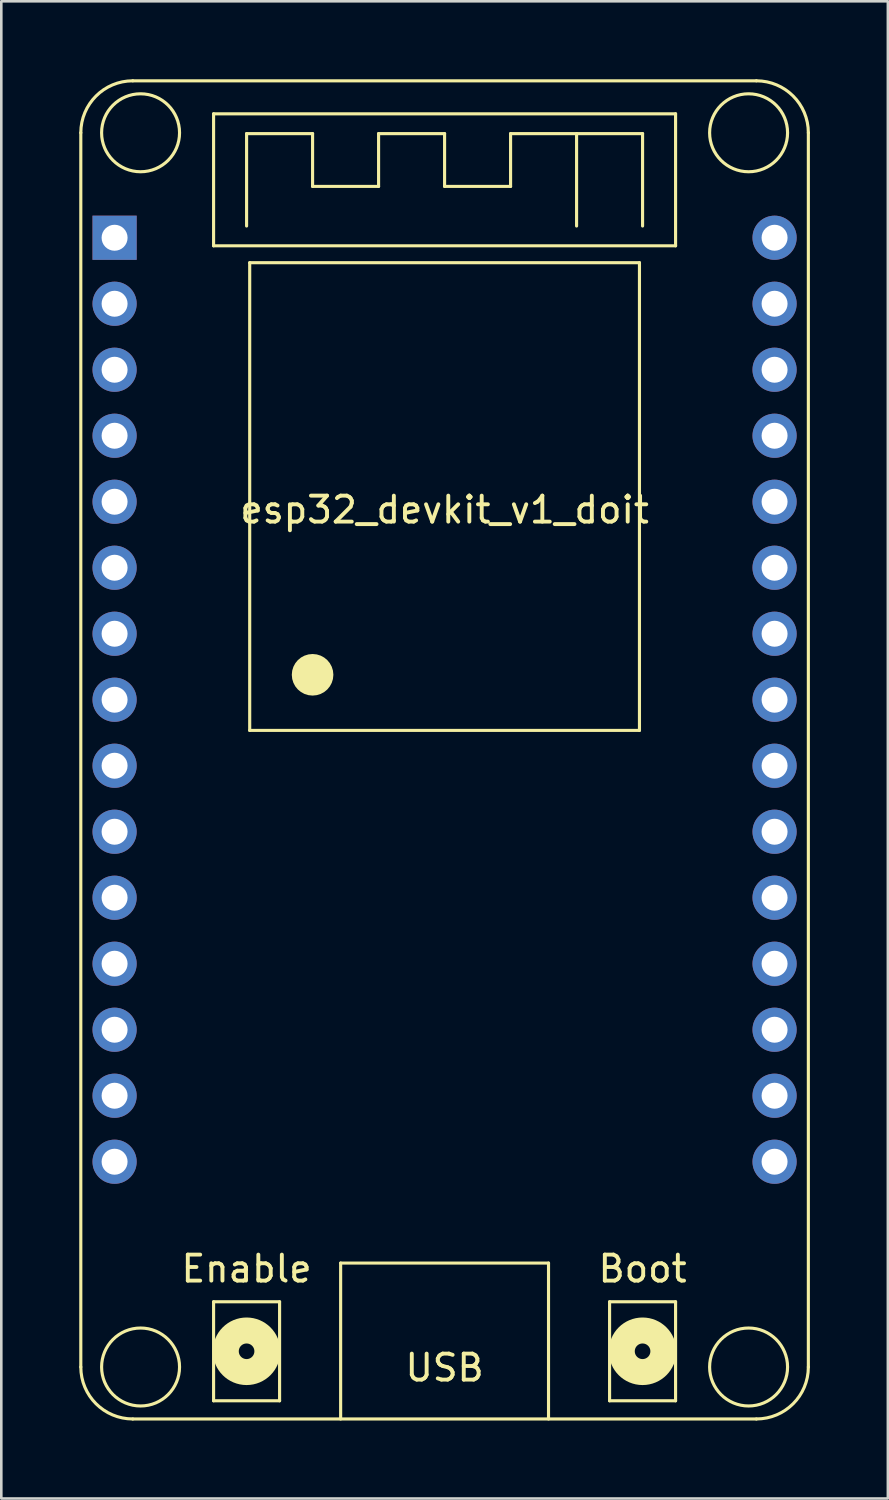
<source format=kicad_pcb>
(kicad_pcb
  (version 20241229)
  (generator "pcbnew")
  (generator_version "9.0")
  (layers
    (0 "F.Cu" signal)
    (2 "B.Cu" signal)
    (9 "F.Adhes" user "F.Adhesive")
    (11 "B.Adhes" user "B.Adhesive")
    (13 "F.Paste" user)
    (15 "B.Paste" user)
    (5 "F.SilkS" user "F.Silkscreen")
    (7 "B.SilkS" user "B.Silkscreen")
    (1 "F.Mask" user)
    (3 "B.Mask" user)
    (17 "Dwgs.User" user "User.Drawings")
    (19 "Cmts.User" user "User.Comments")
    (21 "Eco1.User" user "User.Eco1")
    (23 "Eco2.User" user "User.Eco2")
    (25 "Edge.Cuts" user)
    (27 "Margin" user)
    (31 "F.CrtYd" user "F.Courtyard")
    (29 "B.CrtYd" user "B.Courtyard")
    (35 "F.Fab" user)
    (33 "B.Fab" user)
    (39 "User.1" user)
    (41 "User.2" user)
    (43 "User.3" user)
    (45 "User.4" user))
  (footprint "esp32_devkit_v1_doit"
    (layer "F.Cu")
    (at 14.06 6.1)
    (property "Reference" "esp32_devkit_v1_doit" (at 0 10.47 0) (layer "F.SilkS") (effects (font (size 1 1) (thickness 0.15))))
    (attr smd)
    (fp_line (start -14 -4.04) (end -14 43.46) (stroke (width 0.12) (type solid)) (layer "F.SilkS"))
    (fp_line (start -12 -6.04) (end 12 -6.04) (stroke (width 0.12) (type solid)) (layer "F.SilkS"))
    (fp_line (start -12 45.46) (end 12 45.46) (stroke (width 0.12) (type solid)) (layer "F.SilkS"))
    (fp_line (start -8.89 -4.77) (end 8.89 -4.77) (stroke (width 0.12) (type solid)) (layer "F.SilkS"))
    (fp_line (start -8.89 0.31) (end -8.89 -4.77) (stroke (width 0.12) (type solid)) (layer "F.SilkS"))
    (fp_line (start -8.89 40.95) (end -6.35 40.95) (stroke (width 0.12) (type solid)) (layer "F.SilkS"))
    (fp_line (start -8.89 44.76) (end -8.89 40.95) (stroke (width 0.12) (type solid)) (layer "F.SilkS"))
    (fp_line (start -7.62 -4.008) (end -5.08 -4.008) (stroke (width 0.12) (type solid)) (layer "F.SilkS"))
    (fp_line (start -7.62 -0.452) (end -7.62 -4.008) (stroke (width 0.12) (type solid)) (layer "F.SilkS"))
    (fp_line (start -7.5 0.96) (end 7.5 0.96) (stroke (width 0.12) (type solid)) (layer "F.SilkS"))
    (fp_line (start -7.5 18.96) (end -7.5 0.96) (stroke (width 0.12) (type solid)) (layer "F.SilkS"))
    (fp_line (start -6.35 40.95) (end -6.35 44.76) (stroke (width 0.12) (type solid)) (layer "F.SilkS"))
    (fp_line (start -6.35 44.76) (end -8.89 44.76) (stroke (width 0.12) (type solid)) (layer "F.SilkS"))
    (fp_line (start -5.08 -4.008) (end -5.08 -1.976) (stroke (width 0.12) (type solid)) (layer "F.SilkS"))
    (fp_line (start -5.08 -1.976) (end -2.54 -1.976) (stroke (width 0.12) (type solid)) (layer "F.SilkS"))
    (fp_line (start -4 39.46) (end -4 45.46) (stroke (width 0.12) (type solid)) (layer "F.SilkS"))
    (fp_line (start -4 39.46) (end 4 39.46) (stroke (width 0.12) (type solid)) (layer "F.SilkS"))
    (fp_line (start -2.54 -4.008) (end 0 -4.008) (stroke (width 0.12) (type solid)) (layer "F.SilkS"))
    (fp_line (start -2.54 -1.976) (end -2.54 -4.008) (stroke (width 0.12) (type solid)) (layer "F.SilkS"))
    (fp_line (start 0 -4.008) (end 0 -1.976) (stroke (width 0.12) (type solid)) (layer "F.SilkS"))
    (fp_line (start 0 -1.976) (end 2.54 -1.976) (stroke (width 0.12) (type solid)) (layer "F.SilkS"))
    (fp_line (start 2.54 -4.008) (end 7.62 -4.008) (stroke (width 0.12) (type solid)) (layer "F.SilkS"))
    (fp_line (start 2.54 -1.976) (end 2.54 -4.008) (stroke (width 0.12) (type solid)) (layer "F.SilkS"))
    (fp_line (start 4 39.46) (end 4 45.46) (stroke (width 0.12) (type solid)) (layer "F.SilkS"))
    (fp_line (start 5.08 -4.008) (end 5.08 -0.452) (stroke (width 0.12) (type solid)) (layer "F.SilkS"))
    (fp_line (start 6.35 40.95) (end 8.89 40.95) (stroke (width 0.12) (type solid)) (layer "F.SilkS"))
    (fp_line (start 6.35 44.76) (end 6.35 40.95) (stroke (width 0.12) (type solid)) (layer "F.SilkS"))
    (fp_line (start 7.5 0.96) (end 7.5 18.96) (stroke (width 0.12) (type solid)) (layer "F.SilkS"))
    (fp_line (start 7.5 18.96) (end -7.5 18.96) (stroke (width 0.12) (type solid)) (layer "F.SilkS"))
    (fp_line (start 7.62 -4.008) (end 7.62 -0.452) (stroke (width 0.12) (type solid)) (layer "F.SilkS"))
    (fp_line (start 8.89 -4.77) (end 8.89 0.31) (stroke (width 0.12) (type solid)) (layer "F.SilkS"))
    (fp_line (start 8.89 0.31) (end -8.89 0.31) (stroke (width 0.12) (type solid)) (layer "F.SilkS"))
    (fp_line (start 8.89 40.95) (end 8.89 44.76) (stroke (width 0.12) (type solid)) (layer "F.SilkS"))
    (fp_line (start 8.89 44.76) (end 6.35 44.76) (stroke (width 0.12) (type solid)) (layer "F.SilkS"))
    (fp_line (start 14 43.46) (end 14 -4.04) (stroke (width 0.12) (type solid)) (layer "F.SilkS"))
    (fp_arc (start -14 -4.04) (mid -13.414214 -5.454214) (end -12 -6.04) (stroke (width 0.12) (type solid)) (layer "F.SilkS"))
    (fp_arc (start -12 45.46) (mid -13.414214 44.874214) (end -14 43.46) (stroke (width 0.12) (type solid)) (layer "F.SilkS"))
    (fp_arc (start 12 -6.04) (mid 13.414214 -5.454214) (end 14 -4.04) (stroke (width 0.12) (type solid)) (layer "F.SilkS"))
    (fp_arc (start 14 43.46) (mid 13.414214 44.874214) (end 12 45.46) (stroke (width 0.12) (type solid)) (layer "F.SilkS"))
    (fp_circle (center -11.7 -4.04) (end -10.2 -4.04) (stroke (width 0.12) (type solid)) (fill no) (layer "F.SilkS"))
    (fp_circle (center -11.7 43.46) (end -10.2 43.46) (stroke (width 0.12) (type solid)) (fill no) (layer "F.SilkS"))
    (fp_circle (center -7.62 42.855) (end -7.32 42.855) (stroke (width 1) (type solid)) (fill no) (layer "F.SilkS"))
    (fp_circle (center -5.08 16.82) (end -4.68 16.82) (stroke (width 0.8) (type solid)) (fill no) (layer "F.SilkS"))
    (fp_circle (center 7.62 42.855) (end 7.92 42.855) (stroke (width 1) (type solid)) (fill no) (layer "F.SilkS"))
    (fp_circle (center 11.7 -4.04) (end 13.2 -4.04) (stroke (width 0.12) (type solid)) (fill no) (layer "F.SilkS"))
    (fp_circle (center 11.7 43.46) (end 13.2 43.46) (stroke (width 0.12) (type solid)) (fill no) (layer "F.SilkS"))
    (fp_text user "USB" (at 0 43.49 0) (layer "F.SilkS") (effects (font (size 1 1) (thickness 0.15))))
    (fp_text user "Enable" (at -7.62 39.68 0) (layer "F.SilkS") (effects (font (size 1 1) (thickness 0.15))))
    (fp_text user "Boot" (at 7.62 39.68 0) (layer "F.SilkS") (effects (font (size 1 1) (thickness 0.15))))
    (pad "1" thru_hole rect (at -12.7 0) (size 1.7 1.7) (drill 1) (layers "*.Cu" "*.Mask"))
    (pad "2" thru_hole circle (at -12.7 2.54) (size 1.7 1.7) (drill 1) (layers "*.Cu" "*.Mask"))
    (pad "3" thru_hole circle (at -12.7 5.08) (size 1.7 1.7) (drill 1) (layers "*.Cu" "*.Mask"))
    (pad "4" thru_hole circle (at -12.7 7.62) (size 1.7 1.7) (drill 1) (layers "*.Cu" "*.Mask"))
    (pad "5" thru_hole circle (at -12.7 10.16) (size 1.7 1.7) (drill 1) (layers "*.Cu" "*.Mask"))
    (pad "6" thru_hole circle (at -12.7 12.7) (size 1.7 1.7) (drill 1) (layers "*.Cu" "*.Mask"))
    (pad "7" thru_hole circle (at -12.7 15.24) (size 1.7 1.7) (drill 1) (layers "*.Cu" "*.Mask"))
    (pad "8" thru_hole circle (at -12.7 17.78) (size 1.7 1.7) (drill 1) (layers "*.Cu" "*.Mask"))
    (pad "9" thru_hole circle (at -12.7 20.32) (size 1.7 1.7) (drill 1) (layers "*.Cu" "*.Mask"))
    (pad "10" thru_hole circle (at -12.7 22.86) (size 1.7 1.7) (drill 1) (layers "*.Cu" "*.Mask"))
    (pad "11" thru_hole circle (at -12.7 25.4) (size 1.7 1.7) (drill 1) (layers "*.Cu" "*.Mask"))
    (pad "12" thru_hole circle (at -12.7 27.94) (size 1.7 1.7) (drill 1) (layers "*.Cu" "*.Mask"))
    (pad "13" thru_hole circle (at -12.7 30.48) (size 1.7 1.7) (drill 1) (layers "*.Cu" "*.Mask"))
    (pad "14" thru_hole circle (at -12.7 33.02) (size 1.7 1.7) (drill 1) (layers "*.Cu" "*.Mask"))
    (pad "15" thru_hole circle (at -12.7 35.56) (size 1.7 1.7) (drill 1) (layers "*.Cu" "*.Mask"))
    (pad "16" thru_hole circle (at 12.7 35.56) (size 1.7 1.7) (drill 1) (layers "*.Cu" "*.Mask"))
    (pad "17" thru_hole circle (at 12.7 33.02) (size 1.7 1.7) (drill 1) (layers "*.Cu" "*.Mask"))
    (pad "18" thru_hole circle (at 12.7 30.48) (size 1.7 1.7) (drill 1) (layers "*.Cu" "*.Mask"))
    (pad "19" thru_hole circle (at 12.7 27.94) (size 1.7 1.7) (drill 1) (layers "*.Cu" "*.Mask"))
    (pad "20" thru_hole circle (at 12.7 25.4) (size 1.7 1.7) (drill 1) (layers "*.Cu" "*.Mask"))
    (pad "21" thru_hole circle (at 12.7 22.86) (size 1.7 1.7) (drill 1) (layers "*.Cu" "*.Mask"))
    (pad "22" thru_hole circle (at 12.7 20.32) (size 1.7 1.7) (drill 1) (layers "*.Cu" "*.Mask"))
    (pad "23" thru_hole circle (at 12.7 17.78) (size 1.7 1.7) (drill 1) (layers "*.Cu" "*.Mask"))
    (pad "24" thru_hole circle (at 12.7 15.24) (size 1.7 1.7) (drill 1) (layers "*.Cu" "*.Mask"))
    (pad "25" thru_hole circle (at 12.7 12.7) (size 1.7 1.7) (drill 1) (layers "*.Cu" "*.Mask"))
    (pad "26" thru_hole circle (at 12.7 10.16) (size 1.7 1.7) (drill 1) (layers "*.Cu" "*.Mask"))
    (pad "27" thru_hole circle (at 12.7 7.62) (size 1.7 1.7) (drill 1) (layers "*.Cu" "*.Mask"))
    (pad "28" thru_hole circle (at 12.7 5.08) (size 1.7 1.7) (drill 1) (layers "*.Cu" "*.Mask"))
    (pad "29" thru_hole circle (at 12.7 2.54) (size 1.7 1.7) (drill 1) (layers "*.Cu" "*.Mask"))
    (pad "30" thru_hole circle (at 12.7 0) (size 1.7 1.7) (drill 1) (layers "*.Cu" "*.Mask")))
  (gr_rect
    (start -3 -3)
    (end 31.12 54.62)
    (stroke (width 0.1) (type default))
    (fill no)
    (layer "Edge.Cuts")))
</source>
